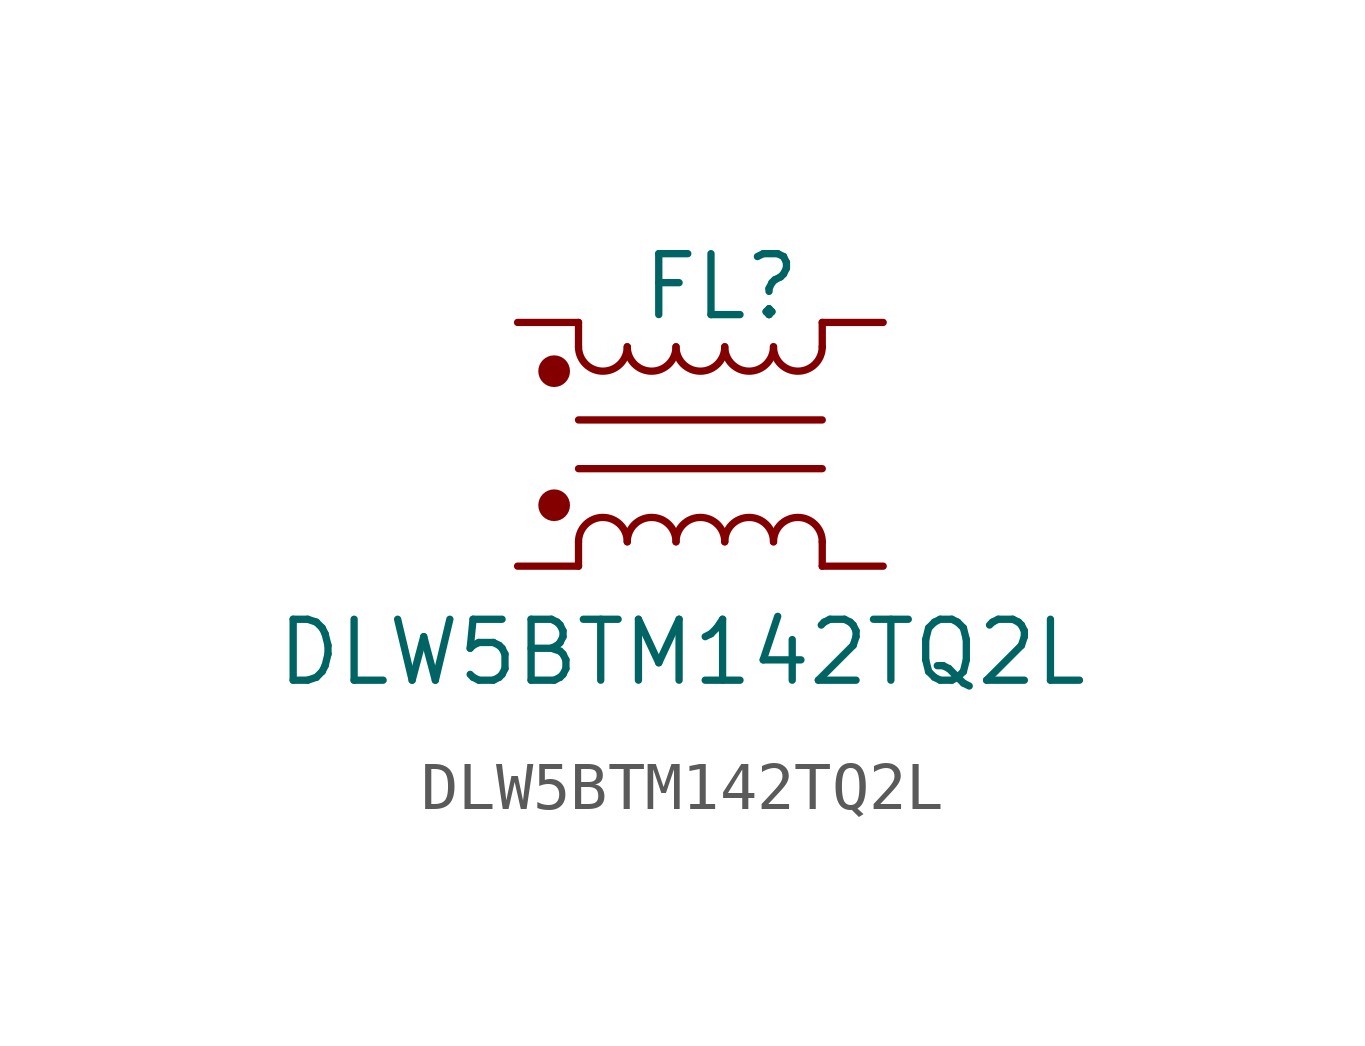
<source format=kicad_sym>
(kicad_symbol_lib
  (version 20211014)
  (generator kicad_symbol_editor)
  (symbol "DLW5BTM142TQ2L"
    (pin_numbers hide)
    (pin_names
      (offset 1.016) hide)
    (property "Reference" "FL"
      (at -1.27 2.54 0)
      (effects (font (size 1.27 1.27)) (justify left bottom)))
    (property "Value" "DLW5BTM142TQ2L"
      (at -8.89 -5.08 0)
      (effects (font (size 1.27 1.27)) (justify left bottom)))
    (property "ki_locked" ""
      (at 0 0 0)
      (effects (font (size 1.27 1.27))))
    (symbol "DLW5BTM142TQ2L_0_0"
      (pin passive line (at -3.81 2.54 0) (length 1.27) (name "~" (effects (font (size 1.016 1.016)))) (number "1" (effects (font (size 1.016 1.016)))))
      (pin passive line (at 3.81 2.54 180) (length 1.27) (name "~" (effects (font (size 1.016 1.016)))) (number "2" (effects (font (size 1.016 1.016)))))
      (pin passive line (at 3.81 -2.54 180) (length 1.27) (name "~" (effects (font (size 1.016 1.016)))) (number "3" (effects (font (size 1.016 1.016)))))
      (pin passive line (at -3.81 -2.54 0) (length 1.27) (name "~" (effects (font (size 1.016 1.016)))) (number "4" (effects (font (size 1.016 1.016))))))
    (symbol "DLW5BTM142TQ2L_0_1"
      (circle (center -3.048 -1.27) (radius 0.254) (stroke (width 0) (type default) (color 0 0 0 0)) (fill (type outline)))
      (circle (center -3.048 1.524) (radius 0.254) (stroke (width 0) (type default) (color 0 0 0 0)) (fill (type outline)))
      (arc (start -2.54 2.032) (mid -2.032 1.524) (end -1.524 2.032) (stroke (width 0) (type default) (color 0 0 0 0)) (fill (type none)))
      (arc (start -1.524 -2.032) (mid -2.032 -1.524) (end -2.54 -2.032) (stroke (width 0) (type default) (color 0 0 0 0)) (fill (type none)))
      (arc (start -1.524 2.032) (mid -1.016 1.524) (end -0.508 2.032) (stroke (width 0) (type default) (color 0 0 0 0)) (fill (type none)))
      (arc (start -0.508 -2.032) (mid -1.016 -1.524) (end -1.524 -2.032) (stroke (width 0) (type default) (color 0 0 0 0)) (fill (type none)))
      (arc (start -0.508 2.032) (mid 0 1.524) (end 0.508 2.032) (stroke (width 0) (type default) (color 0 0 0 0)) (fill (type none)))
      (polyline (pts (xy -2.54 -2.032) (xy -2.54 -2.54)) (stroke (width 0) (type default) (color 0 0 0 0)) (fill (type none)))
      (polyline (pts (xy -2.54 0.508) (xy 2.54 0.508)) (stroke (width 0) (type default) (color 0 0 0 0)) (fill (type none)))
      (polyline (pts (xy -2.54 2.032) (xy -2.54 2.54)) (stroke (width 0) (type default) (color 0 0 0 0)) (fill (type none)))
      (polyline (pts (xy 2.54 -2.032) (xy 2.54 -2.54)) (stroke (width 0) (type default) (color 0 0 0 0)) (fill (type none)))
      (polyline (pts (xy 2.54 -0.508) (xy -2.54 -0.508)) (stroke (width 0) (type default) (color 0 0 0 0)) (fill (type none)))
      (polyline (pts (xy 2.54 2.54) (xy 2.54 2.032)) (stroke (width 0) (type default) (color 0 0 0 0)) (fill (type none)))
      (arc (start 0.508 -2.032) (mid 0 -1.524) (end -0.508 -2.032) (stroke (width 0) (type default) (color 0 0 0 0)) (fill (type none)))
      (arc (start 0.508 2.032) (mid 1.016 1.524) (end 1.524 2.032) (stroke (width 0) (type default) (color 0 0 0 0)) (fill (type none)))
      (arc (start 1.524 -2.032) (mid 1.016 -1.524) (end 0.508 -2.032) (stroke (width 0) (type default) (color 0 0 0 0)) (fill (type none)))
      (arc (start 1.524 2.032) (mid 2.032 1.524) (end 2.54 2.032) (stroke (width 0) (type default) (color 0 0 0 0)) (fill (type none)))
      (arc (start 2.54 -2.032) (mid 2.032 -1.524) (end 1.524 -2.032) (stroke (width 0) (type default) (color 0 0 0 0)) (fill (type none))))))
</source>
